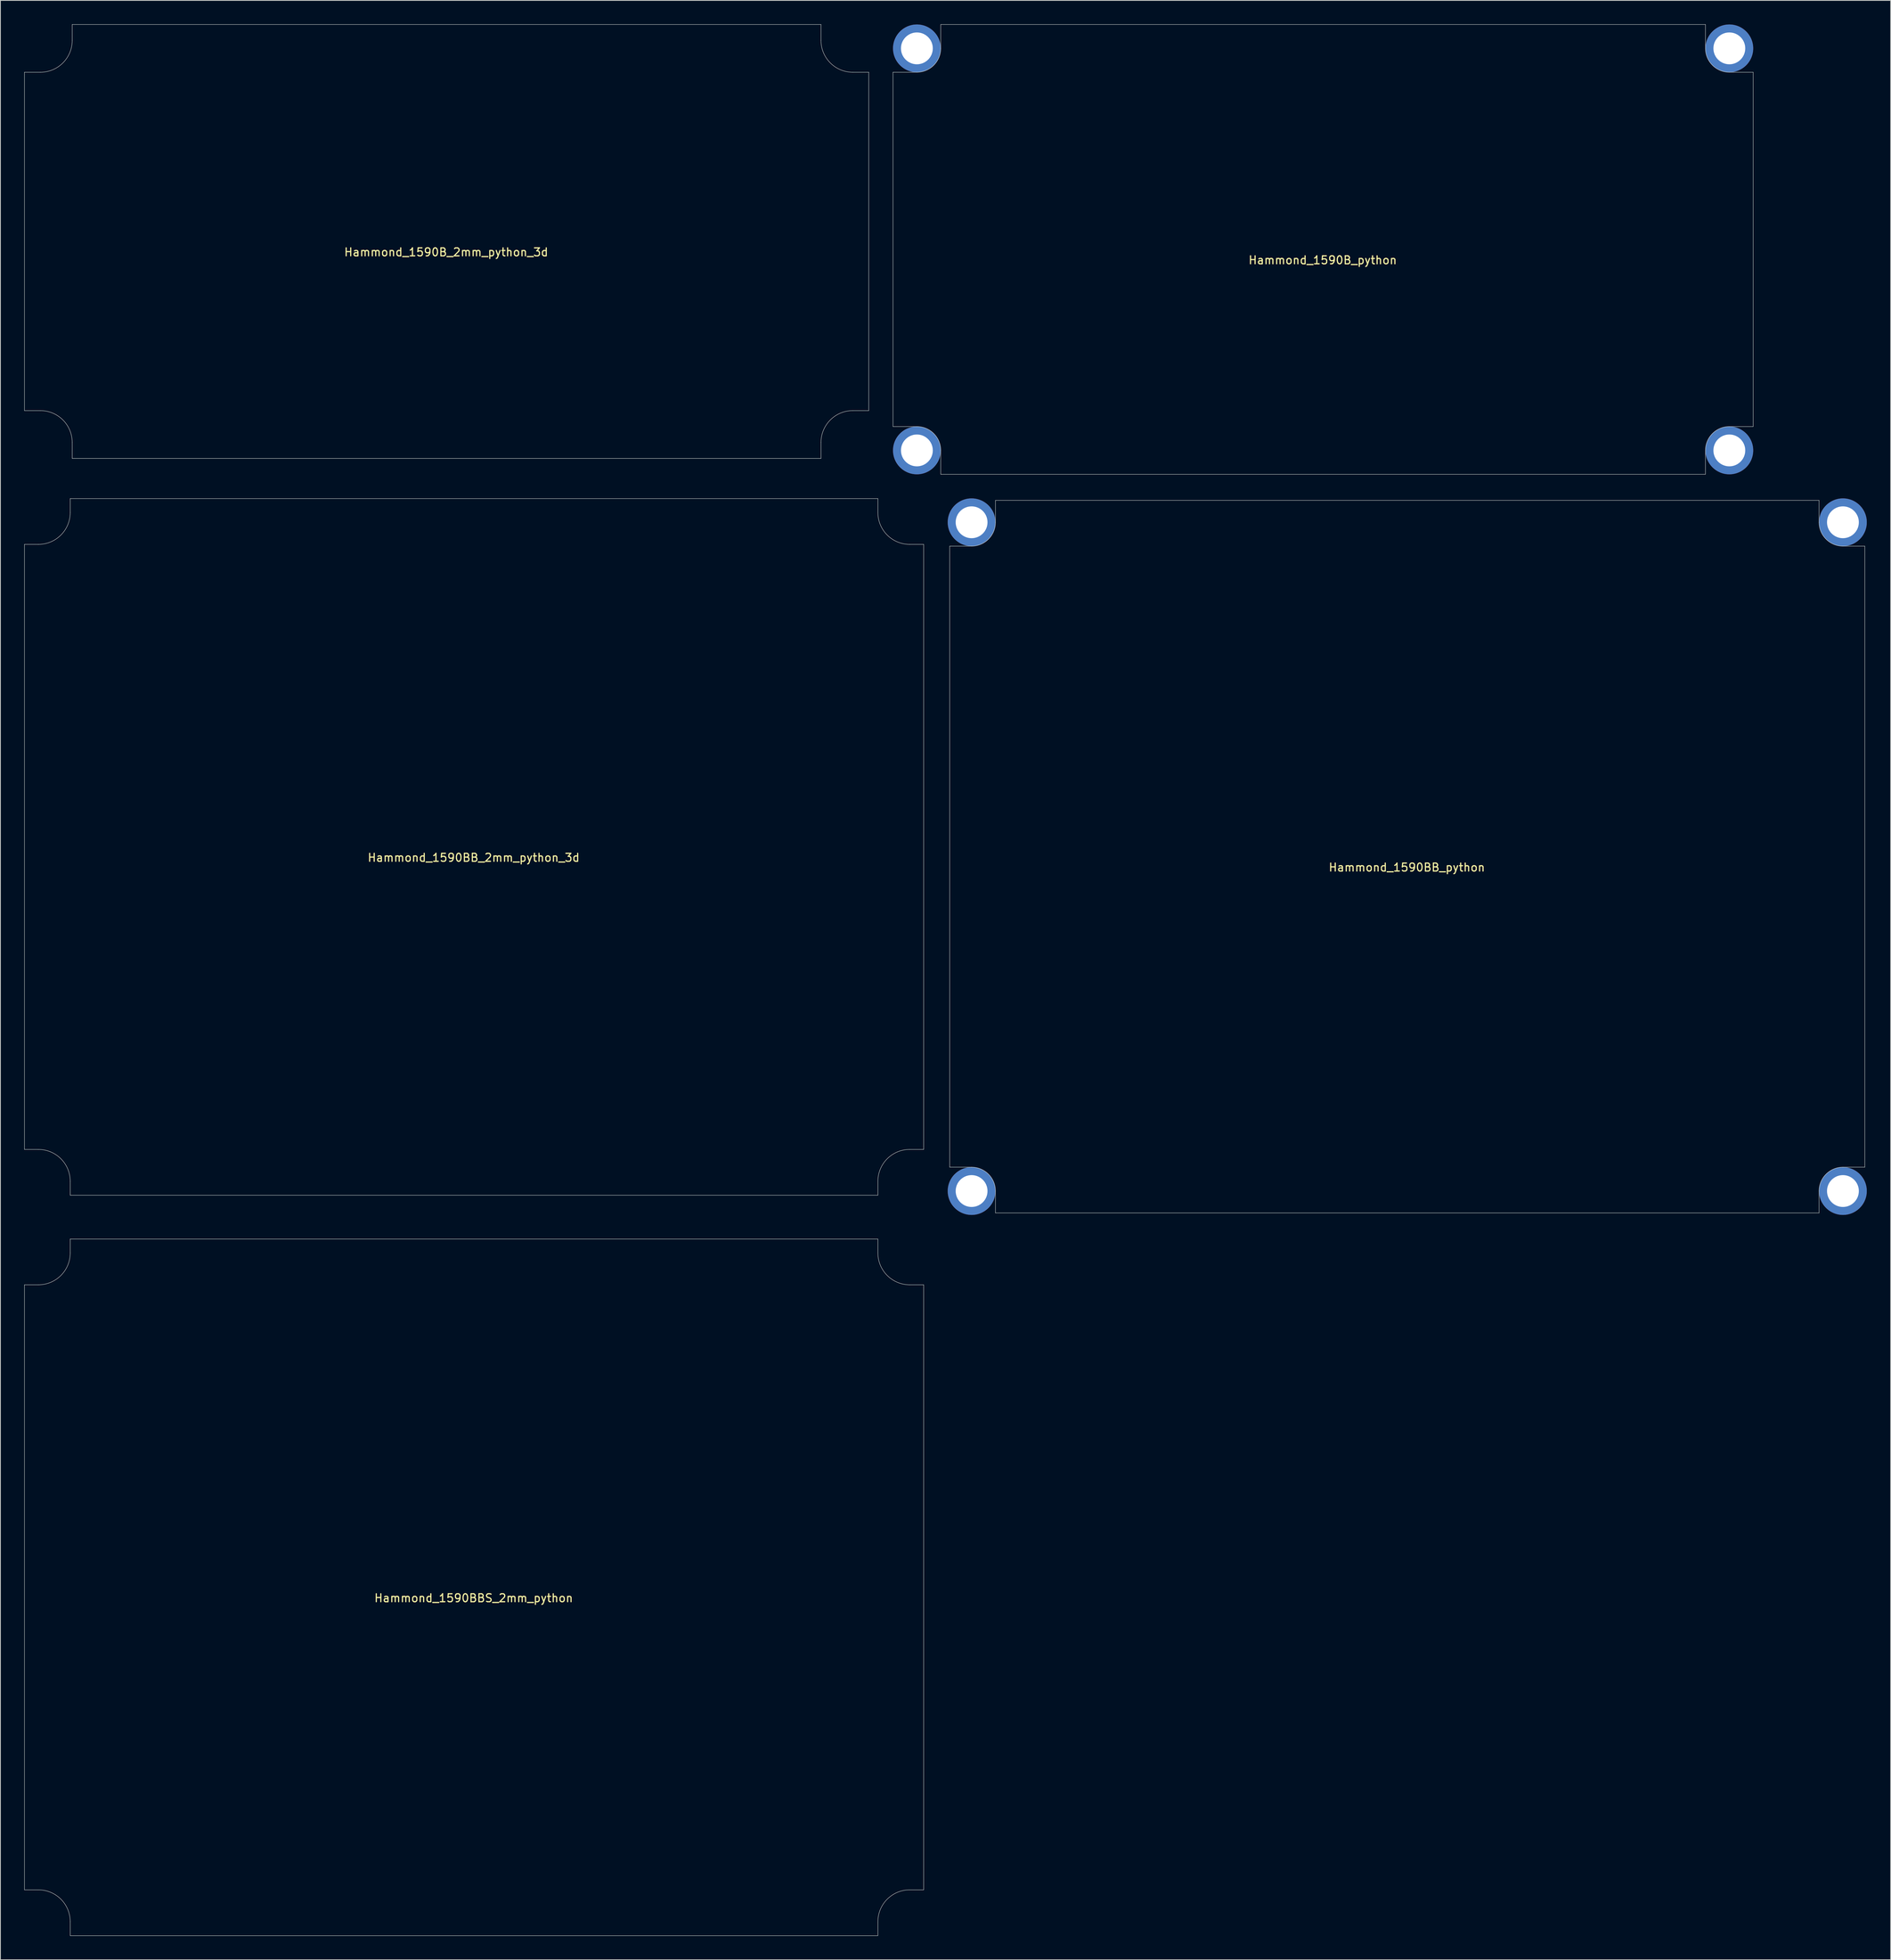
<source format=kicad_pcb>
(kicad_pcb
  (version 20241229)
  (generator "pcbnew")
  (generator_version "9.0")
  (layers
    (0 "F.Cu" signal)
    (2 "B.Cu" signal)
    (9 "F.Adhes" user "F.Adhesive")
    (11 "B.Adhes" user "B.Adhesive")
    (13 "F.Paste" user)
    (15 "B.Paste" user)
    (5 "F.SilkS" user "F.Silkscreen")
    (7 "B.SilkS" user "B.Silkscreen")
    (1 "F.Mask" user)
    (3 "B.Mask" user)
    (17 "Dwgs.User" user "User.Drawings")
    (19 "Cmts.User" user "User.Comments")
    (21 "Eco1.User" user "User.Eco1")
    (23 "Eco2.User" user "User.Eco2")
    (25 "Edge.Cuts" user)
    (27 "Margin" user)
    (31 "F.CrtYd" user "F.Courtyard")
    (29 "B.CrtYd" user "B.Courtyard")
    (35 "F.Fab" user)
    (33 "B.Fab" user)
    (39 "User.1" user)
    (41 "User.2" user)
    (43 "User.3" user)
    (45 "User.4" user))
  (footprint "Hammond_1590B_2mm_python_3d"
    (layer "F.Cu")
    (at 53.075 27.275)
    (property "Reference" "Hammond_1590B_2mm_python_3d" (at -0.05 1.35 0) (layer "F.SilkS") (effects (font (size 1 1) (thickness 0.15))))
    (attr through_hole)
    (fp_line (start -53.05 -21.25) (end -53.05 21.25) (stroke (width 0.05) (type solid)) (layer "Edge.Cuts"))
    (fp_line (start -51.05 -21.25) (end -53.05 -21.25) (stroke (width 0.05) (type solid)) (layer "Edge.Cuts"))
    (fp_line (start -51.05 21.25) (end -53.05 21.25) (stroke (width 0.05) (type solid)) (layer "Edge.Cuts"))
    (fp_line (start -47.05 -27.25) (end 47.05 -27.25) (stroke (width 0.05) (type solid)) (layer "Edge.Cuts"))
    (fp_line (start -47.05 -25.25) (end -47.05 -27.25) (stroke (width 0.05) (type solid)) (layer "Edge.Cuts"))
    (fp_line (start -47.05 25.25) (end -47.05 27.25) (stroke (width 0.05) (type solid)) (layer "Edge.Cuts"))
    (fp_line (start -47.05 27.25) (end 47.05 27.25) (stroke (width 0.05) (type solid)) (layer "Edge.Cuts"))
    (fp_line (start 47.05 -25.25) (end 47.05 -27.25) (stroke (width 0.05) (type solid)) (layer "Edge.Cuts"))
    (fp_line (start 47.05 25.25) (end 47.05 27.25) (stroke (width 0.05) (type solid)) (layer "Edge.Cuts"))
    (fp_line (start 51.05 -21.25) (end 53.05 -21.25) (stroke (width 0.05) (type solid)) (layer "Edge.Cuts"))
    (fp_line (start 51.05 21.25) (end 53.05 21.25) (stroke (width 0.05) (type solid)) (layer "Edge.Cuts"))
    (fp_line (start 53.05 -21.25) (end 53.05 21.25) (stroke (width 0.05) (type solid)) (layer "Edge.Cuts"))
    (fp_arc (start -51.05 21.25) (mid -48.221573 22.421573) (end -47.05 25.25) (stroke (width 0.05) (type solid)) (layer "Edge.Cuts"))
    (fp_arc (start -47.05 -25.25) (mid -48.221573 -22.421573) (end -51.05 -21.25) (stroke (width 0.05) (type solid)) (layer "Edge.Cuts"))
    (fp_arc (start 47.05 25.25) (mid 48.221573 22.421573) (end 51.05 21.25) (stroke (width 0.05) (type solid)) (layer "Edge.Cuts"))
    (fp_arc (start 51.05 -21.25) (mid 48.221573 -22.421573) (end 47.05 -25.25) (stroke (width 0.05) (type solid)) (layer "Edge.Cuts")))
  (footprint "Hammond_1590BB_2mm_python_3d"
    (layer "F.Cu")
    (at 56.525 103.325)
    (property "Reference" "Hammond_1590BB_2mm_python_3d" (at -0.05 1.35 0) (layer "F.SilkS") (effects (font (size 1 1) (thickness 0.15))))
    (attr through_hole)
    (fp_line (start -56.5 -38) (end -56.5 38) (stroke (width 0.05) (type solid)) (layer "Edge.Cuts"))
    (fp_line (start -54.75 -38) (end -56.5 -38) (stroke (width 0.05) (type solid)) (layer "Edge.Cuts"))
    (fp_line (start -54.75 38) (end -56.5 38) (stroke (width 0.05) (type solid)) (layer "Edge.Cuts"))
    (fp_line (start -50.75 -43.75) (end 50.75 -43.75) (stroke (width 0.05) (type solid)) (layer "Edge.Cuts"))
    (fp_line (start -50.75 -42) (end -50.75 -43.75) (stroke (width 0.05) (type solid)) (layer "Edge.Cuts"))
    (fp_line (start -50.75 42) (end -50.75 43.75) (stroke (width 0.05) (type solid)) (layer "Edge.Cuts"))
    (fp_line (start -50.75 43.75) (end 50.75 43.75) (stroke (width 0.05) (type solid)) (layer "Edge.Cuts"))
    (fp_line (start 50.75 -42) (end 50.75 -43.75) (stroke (width 0.05) (type solid)) (layer "Edge.Cuts"))
    (fp_line (start 50.75 42) (end 50.75 43.75) (stroke (width 0.05) (type solid)) (layer "Edge.Cuts"))
    (fp_line (start 54.75 -38) (end 56.5 -38) (stroke (width 0.05) (type solid)) (layer "Edge.Cuts"))
    (fp_line (start 54.75 38) (end 56.5 38) (stroke (width 0.05) (type solid)) (layer "Edge.Cuts"))
    (fp_line (start 56.5 -38) (end 56.5 38) (stroke (width 0.05) (type solid)) (layer "Edge.Cuts"))
    (fp_arc (start -54.75 38) (mid -51.921573 39.171573) (end -50.75 42) (stroke (width 0.05) (type solid)) (layer "Edge.Cuts"))
    (fp_arc (start -50.75 -42) (mid -51.921573 -39.171573) (end -54.75 -38) (stroke (width 0.05) (type solid)) (layer "Edge.Cuts"))
    (fp_arc (start 50.75 42) (mid 51.921573 39.171573) (end 54.75 38) (stroke (width 0.05) (type solid)) (layer "Edge.Cuts"))
    (fp_arc (start 54.75 -38) (mid 51.921573 -39.171573) (end 50.75 -42) (stroke (width 0.05) (type solid)) (layer "Edge.Cuts")))
  (footprint "Hammond_1590BB_python"
    (layer "F.Cu")
    (at 173.8 104.55)
    (property "Reference" "Hammond_1590BB_python" (at -0.05 1.35 0) (layer "F.SilkS") (effects (font (size 1 1) (thickness 0.15))))
    (attr through_hole)
    (fp_line (start -57.5 -39) (end -57.5 39) (stroke (width 0.05) (type solid)) (layer "Edge.Cuts"))
    (fp_line (start -54.75 -39) (end -57.5 -39) (stroke (width 0.05) (type solid)) (layer "Edge.Cuts"))
    (fp_line (start -54.75 39) (end -57.5 39) (stroke (width 0.05) (type solid)) (layer "Edge.Cuts"))
    (fp_line (start -51.75 -44.75) (end 51.75 -44.75) (stroke (width 0.05) (type solid)) (layer "Edge.Cuts"))
    (fp_line (start -51.75 -42) (end -51.75 -44.75) (stroke (width 0.05) (type solid)) (layer "Edge.Cuts"))
    (fp_line (start -51.75 42) (end -51.75 44.75) (stroke (width 0.05) (type solid)) (layer "Edge.Cuts"))
    (fp_line (start -51.75 44.75) (end 51.75 44.75) (stroke (width 0.05) (type solid)) (layer "Edge.Cuts"))
    (fp_line (start 51.75 -42) (end 51.75 -44.75) (stroke (width 0.05) (type solid)) (layer "Edge.Cuts"))
    (fp_line (start 51.75 42) (end 51.75 44.75) (stroke (width 0.05) (type solid)) (layer "Edge.Cuts"))
    (fp_line (start 54.75 -39) (end 57.5 -39) (stroke (width 0.05) (type solid)) (layer "Edge.Cuts"))
    (fp_line (start 54.75 39) (end 57.5 39) (stroke (width 0.05) (type solid)) (layer "Edge.Cuts"))
    (fp_line (start 57.5 -39) (end 57.5 39) (stroke (width 0.05) (type solid)) (layer "Edge.Cuts"))
    (fp_arc (start -54.75 39) (mid -52.62868 39.87868) (end -51.75 42) (stroke (width 0.05) (type solid)) (layer "Edge.Cuts"))
    (fp_arc (start -51.75 -42) (mid -52.62868 -39.87868) (end -54.75 -39) (stroke (width 0.05) (type solid)) (layer "Edge.Cuts"))
    (fp_arc (start 51.75 42) (mid 52.62868 39.87868) (end 54.75 39) (stroke (width 0.05) (type solid)) (layer "Edge.Cuts"))
    (fp_arc (start 54.75 -39) (mid 52.62868 -39.87868) (end 51.75 -42) (stroke (width 0.05) (type solid)) (layer "Edge.Cuts"))
    (pad "1" thru_hole circle (at -54.75 -42) (size 6 6) (drill 4) (layers "*.Cu"))
    (pad "1" thru_hole circle (at -54.75 42) (size 6 6) (drill 4) (layers "*.Cu"))
    (pad "1" thru_hole circle (at 54.75 -42) (size 6 6) (drill 4) (layers "*.Cu"))
    (pad "1" thru_hole circle (at 54.75 42) (size 6 6) (drill 4) (layers "*.Cu")))
  (footprint "Hammond_1590B_python"
    (layer "F.Cu")
    (at 163.225 28.275)
    (property "Reference" "Hammond_1590B_python" (at -0.05 1.35 0) (layer "F.SilkS") (effects (font (size 1 1) (thickness 0.15))))
    (attr through_hole)
    (fp_line (start -54.05 -22.25) (end -54.05 22.25) (stroke (width 0.05) (type solid)) (layer "Edge.Cuts"))
    (fp_line (start -51.05 -22.25) (end -54.05 -22.25) (stroke (width 0.05) (type solid)) (layer "Edge.Cuts"))
    (fp_line (start -51.05 22.25) (end -54.05 22.25) (stroke (width 0.05) (type solid)) (layer "Edge.Cuts"))
    (fp_line (start -48.05 -28.25) (end 48.05 -28.25) (stroke (width 0.05) (type solid)) (layer "Edge.Cuts"))
    (fp_line (start -48.05 -25.25) (end -48.05 -28.25) (stroke (width 0.05) (type solid)) (layer "Edge.Cuts"))
    (fp_line (start -48.05 25.25) (end -48.05 28.25) (stroke (width 0.05) (type solid)) (layer "Edge.Cuts"))
    (fp_line (start -48.05 28.25) (end 48.05 28.25) (stroke (width 0.05) (type solid)) (layer "Edge.Cuts"))
    (fp_line (start 48.05 -25.25) (end 48.05 -28.25) (stroke (width 0.05) (type solid)) (layer "Edge.Cuts"))
    (fp_line (start 48.05 25.25) (end 48.05 28.25) (stroke (width 0.05) (type solid)) (layer "Edge.Cuts"))
    (fp_line (start 51.05 -22.25) (end 54.05 -22.25) (stroke (width 0.05) (type solid)) (layer "Edge.Cuts"))
    (fp_line (start 51.05 22.25) (end 54.05 22.25) (stroke (width 0.05) (type solid)) (layer "Edge.Cuts"))
    (fp_line (start 54.05 -22.25) (end 54.05 22.25) (stroke (width 0.05) (type solid)) (layer "Edge.Cuts"))
    (fp_arc (start -51.05 22.25) (mid -48.92868 23.12868) (end -48.05 25.25) (stroke (width 0.05) (type solid)) (layer "Edge.Cuts"))
    (fp_arc (start -48.05 -25.25) (mid -48.92868 -23.12868) (end -51.05 -22.25) (stroke (width 0.05) (type solid)) (layer "Edge.Cuts"))
    (fp_arc (start 48.05 25.25) (mid 48.92868 23.12868) (end 51.05 22.25) (stroke (width 0.05) (type solid)) (layer "Edge.Cuts"))
    (fp_arc (start 51.05 -22.25) (mid 48.92868 -23.12868) (end 48.05 -25.25) (stroke (width 0.05) (type solid)) (layer "Edge.Cuts"))
    (pad "1" thru_hole circle (at -51.05 -25.25) (size 6 6) (drill 4) (layers "*.Cu"))
    (pad "1" thru_hole circle (at -51.05 25.25) (size 6 6) (drill 4) (layers "*.Cu"))
    (pad "1" thru_hole circle (at 51.05 -25.25) (size 6 6) (drill 4) (layers "*.Cu"))
    (pad "1" thru_hole circle (at 51.05 25.25) (size 6 6) (drill 4) (layers "*.Cu")))
  (footprint "Hammond_1590BBS_2mm_python"
    (layer "F.Cu")
    (at 56.525 196.325)
    (property "Reference" "Hammond_1590BBS_2mm_python" (at -0.05 1.35 0) (layer "F.SilkS") (effects (font (size 1 1) (thickness 0.15))))
    (attr through_hole)
    (fp_line (start -56.5 -38) (end -56.5 38) (stroke (width 0.05) (type solid)) (layer "Edge.Cuts"))
    (fp_line (start -54.75 -38) (end -56.5 -38) (stroke (width 0.05) (type solid)) (layer "Edge.Cuts"))
    (fp_line (start -54.75 38) (end -56.5 38) (stroke (width 0.05) (type solid)) (layer "Edge.Cuts"))
    (fp_line (start -50.75 -43.75) (end 50.75 -43.75) (stroke (width 0.05) (type solid)) (layer "Edge.Cuts"))
    (fp_line (start -50.75 -42) (end -50.75 -43.75) (stroke (width 0.05) (type solid)) (layer "Edge.Cuts"))
    (fp_line (start -50.75 42) (end -50.75 43.75) (stroke (width 0.05) (type solid)) (layer "Edge.Cuts"))
    (fp_line (start -50.75 43.75) (end 50.75 43.75) (stroke (width 0.05) (type solid)) (layer "Edge.Cuts"))
    (fp_line (start 50.75 -42) (end 50.75 -43.75) (stroke (width 0.05) (type solid)) (layer "Edge.Cuts"))
    (fp_line (start 50.75 42) (end 50.75 43.75) (stroke (width 0.05) (type solid)) (layer "Edge.Cuts"))
    (fp_line (start 54.75 -38) (end 56.5 -38) (stroke (width 0.05) (type solid)) (layer "Edge.Cuts"))
    (fp_line (start 54.75 38) (end 56.5 38) (stroke (width 0.05) (type solid)) (layer "Edge.Cuts"))
    (fp_line (start 56.5 -38) (end 56.5 38) (stroke (width 0.05) (type solid)) (layer "Edge.Cuts"))
    (fp_arc (start -54.75 38) (mid -51.921573 39.171573) (end -50.75 42) (stroke (width 0.05) (type solid)) (layer "Edge.Cuts"))
    (fp_arc (start -50.75 -42) (mid -51.921573 -39.171573) (end -54.75 -38) (stroke (width 0.05) (type solid)) (layer "Edge.Cuts"))
    (fp_arc (start 50.75 42) (mid 51.921573 39.171573) (end 54.75 38) (stroke (width 0.05) (type solid)) (layer "Edge.Cuts"))
    (fp_arc (start 54.75 -38) (mid 51.921573 -39.171573) (end 50.75 -42) (stroke (width 0.05) (type solid)) (layer "Edge.Cuts")))
  (gr_rect
    (start -3 -3)
    (end 234.55 243.1)
    (stroke (width 0.1) (type default))
    (fill no)
    (layer "Edge.Cuts")))
</source>
